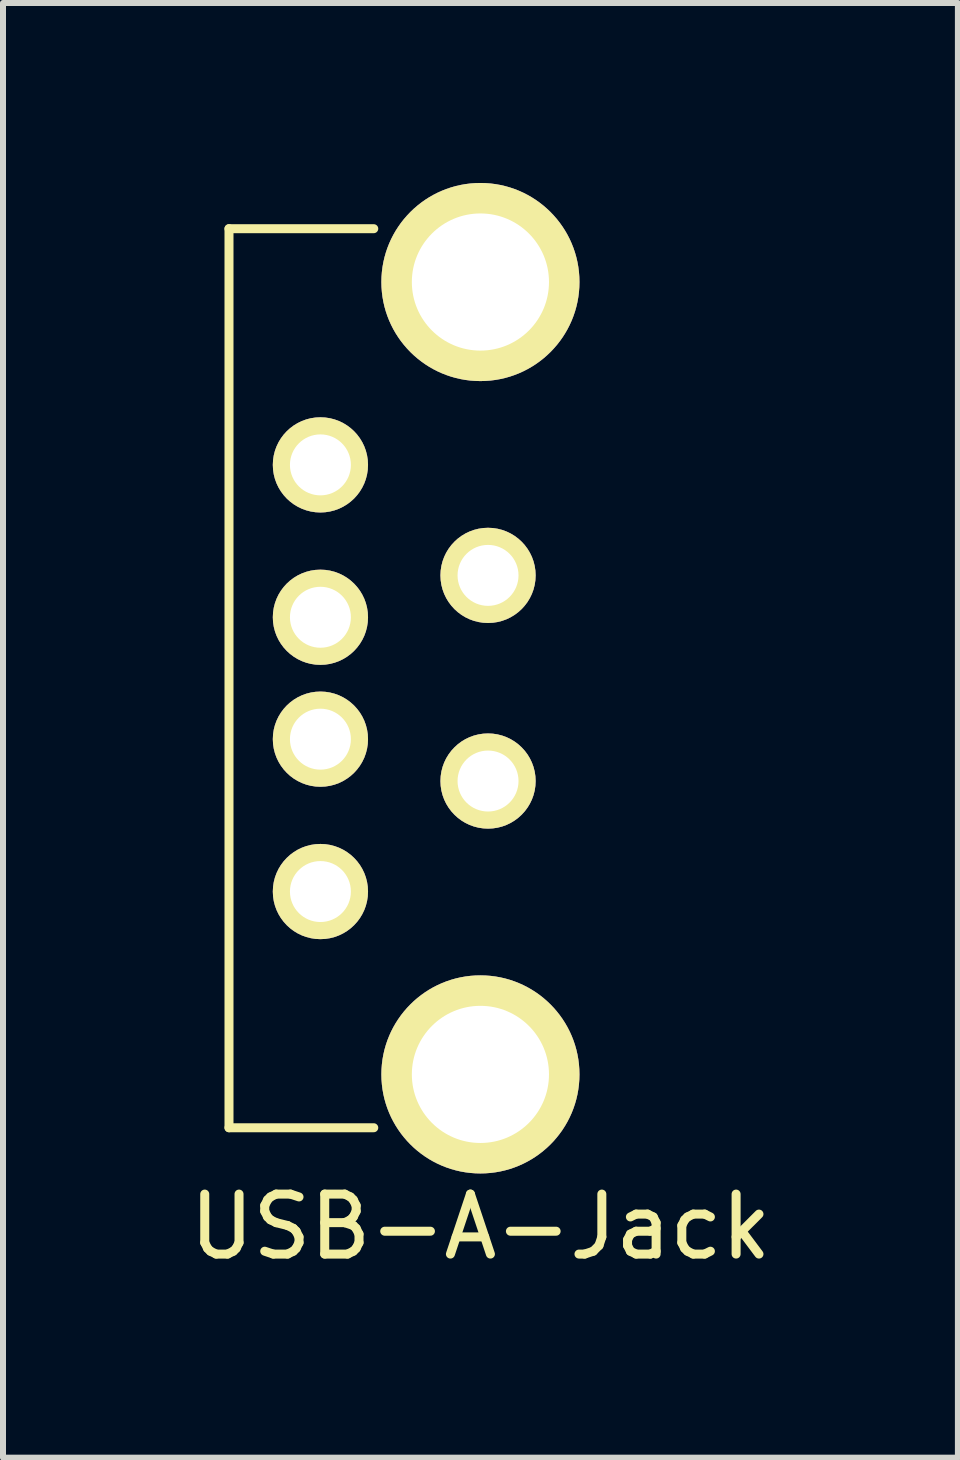
<source format=kicad_pcb>
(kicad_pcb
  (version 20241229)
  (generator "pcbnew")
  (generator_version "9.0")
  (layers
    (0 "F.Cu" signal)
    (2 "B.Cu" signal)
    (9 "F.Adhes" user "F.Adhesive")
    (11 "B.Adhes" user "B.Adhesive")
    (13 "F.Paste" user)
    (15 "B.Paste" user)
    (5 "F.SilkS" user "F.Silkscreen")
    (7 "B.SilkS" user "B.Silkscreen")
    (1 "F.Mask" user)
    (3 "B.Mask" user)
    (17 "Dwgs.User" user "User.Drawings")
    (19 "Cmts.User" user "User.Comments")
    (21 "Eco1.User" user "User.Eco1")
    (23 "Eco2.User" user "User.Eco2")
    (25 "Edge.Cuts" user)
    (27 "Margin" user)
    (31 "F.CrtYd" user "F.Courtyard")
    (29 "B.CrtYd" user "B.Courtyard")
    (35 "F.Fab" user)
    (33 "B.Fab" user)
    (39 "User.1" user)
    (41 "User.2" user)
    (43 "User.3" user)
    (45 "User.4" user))
  (footprint "USB-A-Jack"
    (layer "F.Cu")
    (at 4.958 8.255)
    (property "Reference" "USB-A-Jack" (at 0 9.144 0) (layer "F.SilkS") (effects (font (size 1 1) (thickness 0.15))))
    (attr through_hole)
    (fp_line (start -4.191 -7.493) (end -1.778 -7.493) (stroke (width 0.15) (type solid)) (layer "F.SilkS"))
    (fp_line (start -4.191 7.493) (end -4.191 -7.493) (stroke (width 0.15) (type solid)) (layer "F.SilkS"))
    (fp_line (start -1.778 7.493) (end -4.191 7.493) (stroke (width 0.15) (type solid)) (layer "F.SilkS"))
    (pad "1" thru_hole circle (at -2.667 3.556) (size 1.587 1.587) (drill 1.016) (layers "*.Cu" "*.Mask" "F.SilkS"))
    (pad "2" thru_hole circle (at -2.667 1.016) (size 1.587 1.587) (drill 1.016) (layers "*.Cu" "*.Mask" "F.SilkS"))
    (pad "3" thru_hole circle (at -2.667 -1.016) (size 1.587 1.587) (drill 1.016) (layers "*.Cu" "*.Mask" "F.SilkS"))
    (pad "4" thru_hole circle (at -2.667 -3.556) (size 1.587 1.587) (drill 1.016) (layers "*.Cu" "*.Mask" "F.SilkS"))
    (pad "5" thru_hole circle (at 0 6.604) (size 3.302 3.302) (drill 2.286) (layers "*.Cu" "*.Mask" "F.SilkS"))
    (pad "6" thru_hole circle (at 0.127 1.714) (size 1.587 1.587) (drill 1.016) (layers "*.Cu" "*.Mask" "F.SilkS"))
    (pad "7" thru_hole circle (at 0.127 -1.714) (size 1.587 1.587) (drill 1.016) (layers "*.Cu" "*.Mask" "F.SilkS"))
    (pad "8" thru_hole circle (at 0 -6.604) (size 3.302 3.302) (drill 2.286) (layers "*.Cu" "*.Mask" "F.SilkS")))
  (gr_rect
    (start -3 -3)
    (end 12.917 21.247)
    (stroke (width 0.1) (type default))
    (fill no)
    (layer "Edge.Cuts")))
</source>
